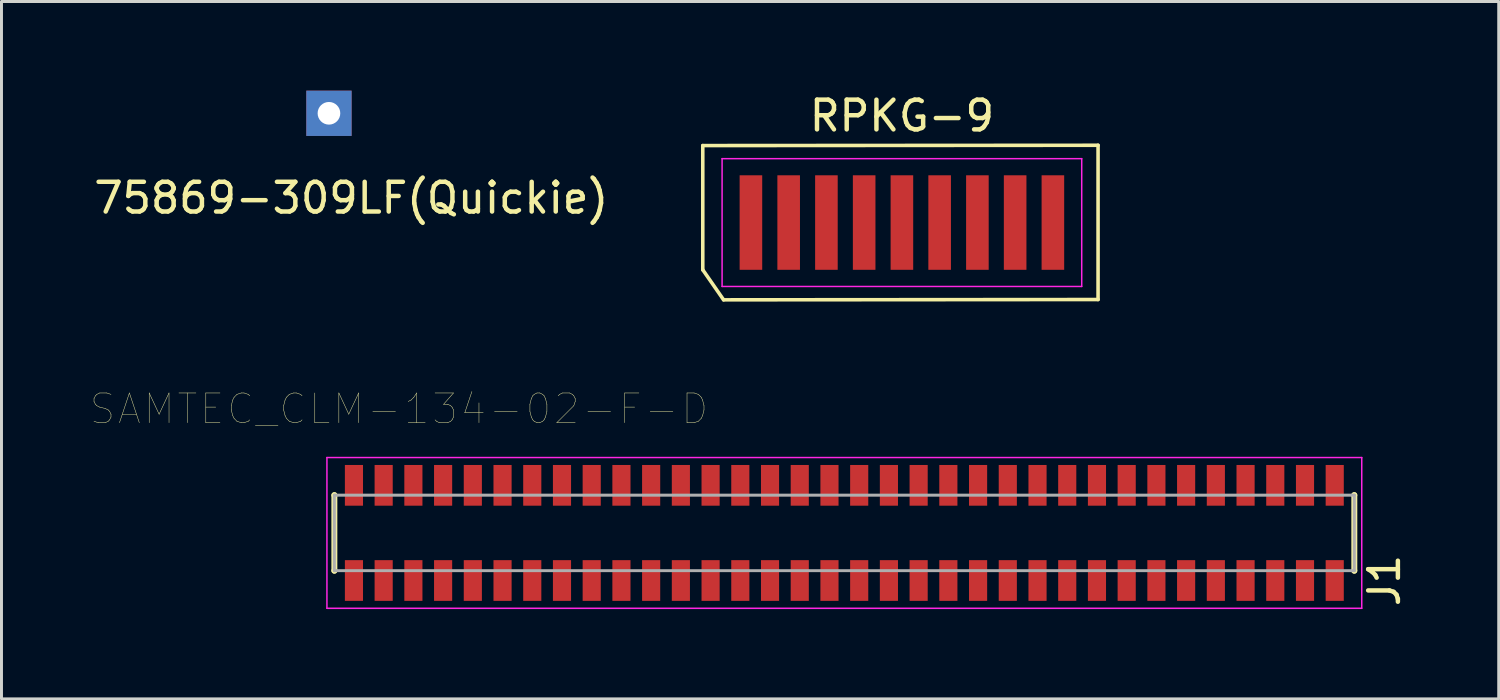
<source format=kicad_pcb>
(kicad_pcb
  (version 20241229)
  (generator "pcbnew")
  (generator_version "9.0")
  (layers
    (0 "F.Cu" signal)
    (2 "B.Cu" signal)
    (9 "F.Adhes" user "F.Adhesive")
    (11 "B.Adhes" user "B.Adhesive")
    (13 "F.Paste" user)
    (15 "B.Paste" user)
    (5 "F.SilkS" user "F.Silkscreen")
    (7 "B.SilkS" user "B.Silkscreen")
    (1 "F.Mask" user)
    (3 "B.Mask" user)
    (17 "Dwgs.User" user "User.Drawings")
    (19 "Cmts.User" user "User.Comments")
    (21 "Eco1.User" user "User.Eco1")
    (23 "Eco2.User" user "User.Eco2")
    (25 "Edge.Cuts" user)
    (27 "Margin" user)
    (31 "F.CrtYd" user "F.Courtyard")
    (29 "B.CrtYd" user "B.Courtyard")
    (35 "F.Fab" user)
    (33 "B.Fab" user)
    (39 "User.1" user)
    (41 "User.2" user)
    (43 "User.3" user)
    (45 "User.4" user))
  (footprint "SAMTEC_CLM-134-02-F-D"
    (layer "F.Cu")
    (at 41.859 16.482)
    (property "Reference" "SAMTEC_CLM-134-02-F-D" (at -31.484 -5.772 0) (layer "F.SilkS") (effects (font (size 1 1) (thickness 0.015))))
    (attr through_hole)
    (fp_line (start -33.659 -2.871) (end -33.655 -2.871) (stroke (width 0.2) (type solid)) (layer "F.SilkS"))
    (fp_line (start -33.659 -0.331) (end -33.659 -2.871) (stroke (width 0.2) (type solid)) (layer "F.SilkS"))
    (fp_line (start -33.655 -0.331) (end -33.659 -0.331) (stroke (width 0.2) (type solid)) (layer "F.SilkS"))
    (fp_line (start 0.655 -2.871) (end 0.659 -2.871) (stroke (width 0.2) (type solid)) (layer "F.SilkS"))
    (fp_line (start 0.655 -0.331) (end 0.659 -0.331) (stroke (width 0.2) (type solid)) (layer "F.SilkS"))
    (fp_line (start 0.659 -2.871) (end 0.659 -0.331) (stroke (width 0.2) (type solid)) (layer "F.SilkS"))
    (fp_line (start -33.909 -4.137) (end 0.909 -4.137) (stroke (width 0.05) (type solid)) (layer "F.CrtYd"))
    (fp_line (start -33.909 0.935) (end -33.909 -4.137) (stroke (width 0.05) (type solid)) (layer "F.CrtYd"))
    (fp_line (start 0.909 -4.137) (end 0.909 0.935) (stroke (width 0.05) (type solid)) (layer "F.CrtYd"))
    (fp_line (start 0.909 0.935) (end -33.909 0.935) (stroke (width 0.05) (type solid)) (layer "F.CrtYd"))
    (fp_line (start -33.659 -2.871) (end 0.659 -2.871) (stroke (width 0.1) (type solid)) (layer "F.Fab"))
    (fp_line (start -33.659 -0.331) (end -33.659 -2.871) (stroke (width 0.1) (type solid)) (layer "F.Fab"))
    (fp_line (start 0.659 -2.871) (end 0.659 -0.331) (stroke (width 0.1) (type solid)) (layer "F.Fab"))
    (fp_line (start 0.659 -0.331) (end -33.659 -0.331) (stroke (width 0.1) (type solid)) (layer "F.Fab"))
    (fp_text user "J1" (at 1.67 0 90) (layer "F.SilkS") (effects (font (size 1 1) (thickness 0.15))))
    (pad "01" smd rect (at 0 0) (size 0.61 1.37) (layers "F.Cu" "F.Mask" "F.Paste"))
    (pad "02" smd rect (at 0 -3.202) (size 0.61 1.37) (layers "F.Cu" "F.Mask" "F.Paste"))
    (pad "03" smd rect (at -1 0) (size 0.61 1.37) (layers "F.Cu" "F.Mask" "F.Paste"))
    (pad "04" smd rect (at -1 -3.202) (size 0.61 1.37) (layers "F.Cu" "F.Mask" "F.Paste"))
    (pad "05" smd rect (at -2 0) (size 0.61 1.37) (layers "F.Cu" "F.Mask" "F.Paste"))
    (pad "06" smd rect (at -2 -3.202) (size 0.61 1.37) (layers "F.Cu" "F.Mask" "F.Paste"))
    (pad "07" smd rect (at -3 0) (size 0.61 1.37) (layers "F.Cu" "F.Mask" "F.Paste"))
    (pad "08" smd rect (at -3 -3.202) (size 0.61 1.37) (layers "F.Cu" "F.Mask" "F.Paste"))
    (pad "09" smd rect (at -4 0) (size 0.61 1.37) (layers "F.Cu" "F.Mask" "F.Paste"))
    (pad "10" smd rect (at -4 -3.202) (size 0.61 1.37) (layers "F.Cu" "F.Mask" "F.Paste"))
    (pad "11" smd rect (at -5 0) (size 0.61 1.37) (layers "F.Cu" "F.Mask" "F.Paste"))
    (pad "12" smd rect (at -5 -3.202) (size 0.61 1.37) (layers "F.Cu" "F.Mask" "F.Paste"))
    (pad "13" smd rect (at -6 0) (size 0.61 1.37) (layers "F.Cu" "F.Mask" "F.Paste"))
    (pad "14" smd rect (at -6 -3.202) (size 0.61 1.37) (layers "F.Cu" "F.Mask" "F.Paste"))
    (pad "15" smd rect (at -7 0) (size 0.61 1.37) (layers "F.Cu" "F.Mask" "F.Paste"))
    (pad "16" smd rect (at -7 -3.202) (size 0.61 1.37) (layers "F.Cu" "F.Mask" "F.Paste"))
    (pad "17" smd rect (at -8 0) (size 0.61 1.37) (layers "F.Cu" "F.Mask" "F.Paste"))
    (pad "18" smd rect (at -8 -3.202) (size 0.61 1.37) (layers "F.Cu" "F.Mask" "F.Paste"))
    (pad "19" smd rect (at -9 0) (size 0.61 1.37) (layers "F.Cu" "F.Mask" "F.Paste"))
    (pad "20" smd rect (at -9 -3.202) (size 0.61 1.37) (layers "F.Cu" "F.Mask" "F.Paste"))
    (pad "21" smd rect (at -10 0) (size 0.61 1.37) (layers "F.Cu" "F.Mask" "F.Paste"))
    (pad "22" smd rect (at -10 -3.202) (size 0.61 1.37) (layers "F.Cu" "F.Mask" "F.Paste"))
    (pad "23" smd rect (at -11 0) (size 0.61 1.37) (layers "F.Cu" "F.Mask" "F.Paste"))
    (pad "24" smd rect (at -11 -3.202) (size 0.61 1.37) (layers "F.Cu" "F.Mask" "F.Paste"))
    (pad "25" smd rect (at -12 0) (size 0.61 1.37) (layers "F.Cu" "F.Mask" "F.Paste"))
    (pad "26" smd rect (at -12 -3.202) (size 0.61 1.37) (layers "F.Cu" "F.Mask" "F.Paste"))
    (pad "27" smd rect (at -13 0) (size 0.61 1.37) (layers "F.Cu" "F.Mask" "F.Paste"))
    (pad "28" smd rect (at -13 -3.202) (size 0.61 1.37) (layers "F.Cu" "F.Mask" "F.Paste"))
    (pad "29" smd rect (at -14 0) (size 0.61 1.37) (layers "F.Cu" "F.Mask" "F.Paste"))
    (pad "30" smd rect (at -14 -3.202) (size 0.61 1.37) (layers "F.Cu" "F.Mask" "F.Paste"))
    (pad "31" smd rect (at -15 0) (size 0.61 1.37) (layers "F.Cu" "F.Mask" "F.Paste"))
    (pad "32" smd rect (at -15 -3.202) (size 0.61 1.37) (layers "F.Cu" "F.Mask" "F.Paste"))
    (pad "33" smd rect (at -16 0) (size 0.61 1.37) (layers "F.Cu" "F.Mask" "F.Paste"))
    (pad "34" smd rect (at -16 -3.202) (size 0.61 1.37) (layers "F.Cu" "F.Mask" "F.Paste"))
    (pad "35" smd rect (at -17 0) (size 0.61 1.37) (layers "F.Cu" "F.Mask" "F.Paste"))
    (pad "36" smd rect (at -17 -3.202) (size 0.61 1.37) (layers "F.Cu" "F.Mask" "F.Paste"))
    (pad "37" smd rect (at -18 0) (size 0.61 1.37) (layers "F.Cu" "F.Mask" "F.Paste"))
    (pad "38" smd rect (at -18 -3.202) (size 0.61 1.37) (layers "F.Cu" "F.Mask" "F.Paste"))
    (pad "39" smd rect (at -19 0) (size 0.61 1.37) (layers "F.Cu" "F.Mask" "F.Paste"))
    (pad "40" smd rect (at -19 -3.202) (size 0.61 1.37) (layers "F.Cu" "F.Mask" "F.Paste"))
    (pad "41" smd rect (at -20 0) (size 0.61 1.37) (layers "F.Cu" "F.Mask" "F.Paste"))
    (pad "42" smd rect (at -20 -3.202) (size 0.61 1.37) (layers "F.Cu" "F.Mask" "F.Paste"))
    (pad "43" smd rect (at -21 0) (size 0.61 1.37) (layers "F.Cu" "F.Mask" "F.Paste"))
    (pad "44" smd rect (at -21 -3.202) (size 0.61 1.37) (layers "F.Cu" "F.Mask" "F.Paste"))
    (pad "45" smd rect (at -22 0) (size 0.61 1.37) (layers "F.Cu" "F.Mask" "F.Paste"))
    (pad "46" smd rect (at -22 -3.202) (size 0.61 1.37) (layers "F.Cu" "F.Mask" "F.Paste"))
    (pad "47" smd rect (at -23 0) (size 0.61 1.37) (layers "F.Cu" "F.Mask" "F.Paste"))
    (pad "48" smd rect (at -23 -3.202) (size 0.61 1.37) (layers "F.Cu" "F.Mask" "F.Paste"))
    (pad "49" smd rect (at -24 0) (size 0.61 1.37) (layers "F.Cu" "F.Mask" "F.Paste"))
    (pad "50" smd rect (at -24 -3.202) (size 0.61 1.37) (layers "F.Cu" "F.Mask" "F.Paste"))
    (pad "51" smd rect (at -25 0) (size 0.61 1.37) (layers "F.Cu" "F.Mask" "F.Paste"))
    (pad "52" smd rect (at -25 -3.202) (size 0.61 1.37) (layers "F.Cu" "F.Mask" "F.Paste"))
    (pad "53" smd rect (at -26 0) (size 0.61 1.37) (layers "F.Cu" "F.Mask" "F.Paste"))
    (pad "54" smd rect (at -26 -3.202) (size 0.61 1.37) (layers "F.Cu" "F.Mask" "F.Paste"))
    (pad "55" smd rect (at -27 0) (size 0.61 1.37) (layers "F.Cu" "F.Mask" "F.Paste"))
    (pad "56" smd rect (at -27 -3.202) (size 0.61 1.37) (layers "F.Cu" "F.Mask" "F.Paste"))
    (pad "57" smd rect (at -28 0) (size 0.61 1.37) (layers "F.Cu" "F.Mask" "F.Paste"))
    (pad "58" smd rect (at -28 -3.202) (size 0.61 1.37) (layers "F.Cu" "F.Mask" "F.Paste"))
    (pad "59" smd rect (at -29 0) (size 0.61 1.37) (layers "F.Cu" "F.Mask" "F.Paste"))
    (pad "60" smd rect (at -29 -3.202) (size 0.61 1.37) (layers "F.Cu" "F.Mask" "F.Paste"))
    (pad "61" smd rect (at -30 0) (size 0.61 1.37) (layers "F.Cu" "F.Mask" "F.Paste"))
    (pad "62" smd rect (at -30 -3.202) (size 0.61 1.37) (layers "F.Cu" "F.Mask" "F.Paste"))
    (pad "63" smd rect (at -31 0) (size 0.61 1.37) (layers "F.Cu" "F.Mask" "F.Paste"))
    (pad "64" smd rect (at -31 -3.202) (size 0.61 1.37) (layers "F.Cu" "F.Mask" "F.Paste"))
    (pad "65" smd rect (at -32 0) (size 0.61 1.37) (layers "F.Cu" "F.Mask" "F.Paste"))
    (pad "66" smd rect (at -32 -3.202) (size 0.61 1.37) (layers "F.Cu" "F.Mask" "F.Paste"))
    (pad "67" smd rect (at -33 0) (size 0.61 1.37) (layers "F.Cu" "F.Mask" "F.Paste"))
    (pad "68" smd rect (at -33 -3.202) (size 0.61 1.37) (layers "F.Cu" "F.Mask" "F.Paste")))
  (footprint "75869-309LF(Quickie)"
    (layer "F.Cu")
    (at 8.768 3.112)
    (property "Reference" "75869-309LF(Quickie)" (at 0 0.5 0) (layer "F.SilkS") (effects (font (size 1 1) (thickness 0.15))))
    (attr through_hole)
    (pad "1" thru_hole rect (at -0.75 -2.35) (size 1.524 1.524) (drill 0.762) (layers "*.Cu" "*.Mask")))
  (footprint "RPKG-9"
    (layer "F.Cu")
    (at 27.296 4.438)
    (property "Reference" "RPKG-9" (at 0 -3.59 0) (layer "F.SilkS") (effects (font (size 1 1) (thickness 0.15))))
    (attr smd)
    (fp_line (start -6.7 -2.59) (end 6.6 -2.6) (stroke (width 0.12) (type solid)) (layer "F.SilkS"))
    (fp_line (start -6.7 1.59) (end -6.7 -2.59) (stroke (width 0.12) (type solid)) (layer "F.SilkS"))
    (fp_line (start -6 2.6) (end -6.7 1.59) (stroke (width 0.12) (type solid)) (layer "F.SilkS"))
    (fp_line (start 6.6 -2.6) (end 6.6 2.59) (stroke (width 0.12) (type solid)) (layer "F.SilkS"))
    (fp_line (start 6.6 2.59) (end -6 2.6) (stroke (width 0.12) (type solid)) (layer "F.SilkS"))
    (fp_line (start -6.05 -2.15) (end 6.05 -2.15) (stroke (width 0.05) (type solid)) (layer "F.CrtYd"))
    (fp_line (start -6.05 2.15) (end -6.05 -2.15) (stroke (width 0.05) (type solid)) (layer "F.CrtYd"))
    (fp_line (start 6.05 -2.15) (end 6.05 2.15) (stroke (width 0.05) (type solid)) (layer "F.CrtYd"))
    (fp_line (start 6.05 2.15) (end -6.05 2.15) (stroke (width 0.05) (type solid)) (layer "F.CrtYd"))
    (pad "1" smd rect (at -5.08 0) (size 0.76 3.18) (layers "F.Cu" "F.Mask" "F.Paste"))
    (pad "2" smd rect (at -3.81 0) (size 0.76 3.18) (layers "F.Cu" "F.Mask" "F.Paste"))
    (pad "3" smd rect (at -2.54 0) (size 0.76 3.18) (layers "F.Cu" "F.Mask" "F.Paste"))
    (pad "4" smd rect (at -1.27 0) (size 0.76 3.18) (layers "F.Cu" "F.Mask" "F.Paste"))
    (pad "5" smd rect (at 0 0) (size 0.76 3.18) (layers "F.Cu" "F.Mask" "F.Paste"))
    (pad "6" smd rect (at 1.27 0) (size 0.76 3.18) (layers "F.Cu" "F.Mask" "F.Paste"))
    (pad "7" smd rect (at 2.54 0) (size 0.76 3.18) (layers "F.Cu" "F.Mask" "F.Paste"))
    (pad "8" smd rect (at 3.81 0) (size 0.76 3.18) (layers "F.Cu" "F.Mask" "F.Paste"))
    (pad "9" smd rect (at 5.08 0) (size 0.76 3.18) (layers "F.Cu" "F.Mask" "F.Paste")))
  (gr_rect
    (start -3 -3)
    (end 47.377 20.464)
    (stroke (width 0.1) (type default))
    (fill no)
    (layer "Edge.Cuts")))
</source>
